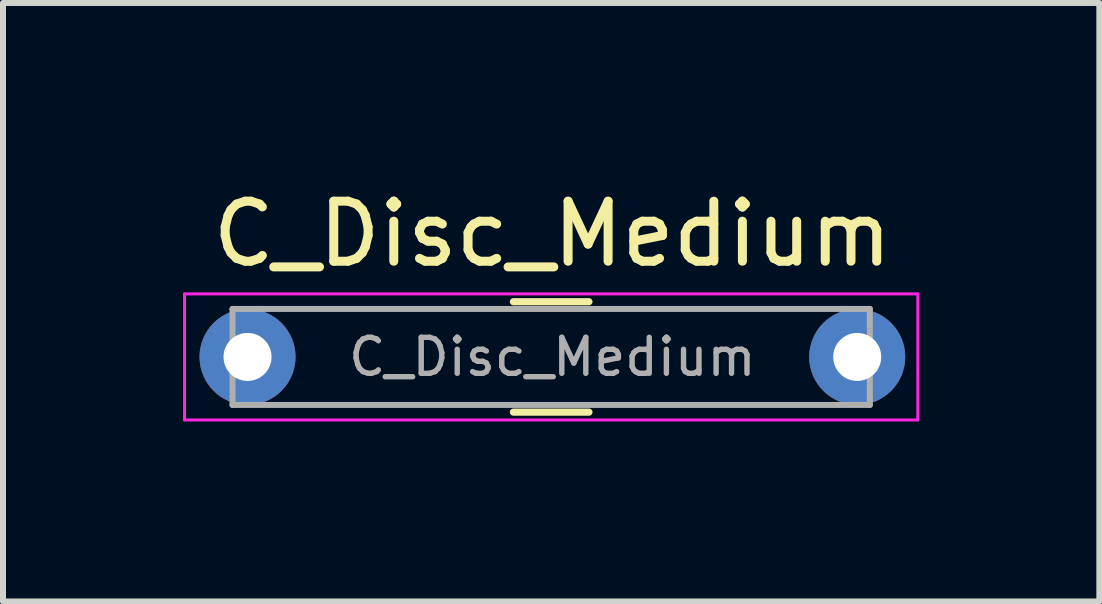
<source format=kicad_pcb>
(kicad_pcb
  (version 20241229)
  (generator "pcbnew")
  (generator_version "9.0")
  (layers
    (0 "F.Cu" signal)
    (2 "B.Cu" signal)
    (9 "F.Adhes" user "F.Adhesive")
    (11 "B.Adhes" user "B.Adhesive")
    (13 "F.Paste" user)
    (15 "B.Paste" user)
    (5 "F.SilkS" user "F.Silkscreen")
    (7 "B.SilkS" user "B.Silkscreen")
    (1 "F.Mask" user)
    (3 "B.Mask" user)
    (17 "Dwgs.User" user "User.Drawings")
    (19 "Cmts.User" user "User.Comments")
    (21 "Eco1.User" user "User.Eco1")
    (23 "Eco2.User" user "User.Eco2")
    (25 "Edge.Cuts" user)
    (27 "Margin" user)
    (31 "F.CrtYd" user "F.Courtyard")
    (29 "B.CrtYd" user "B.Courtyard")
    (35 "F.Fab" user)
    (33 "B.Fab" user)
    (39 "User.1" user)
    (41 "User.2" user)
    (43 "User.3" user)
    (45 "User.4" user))
  (footprint "C_Disc_Medium"
    (layer "F.Cu")
    (at 1.075 2.898)
    (property "Reference" "C_Disc_Medium" (at 5.08 -2.05 0) (layer "F.SilkS") (effects (font (size 1 1) (thickness 0.15))))
    (attr through_hole)
    (fp_line (start 4.431 -0.92) (end 5.689 -0.92) (stroke (width 0.12) (type solid)) (layer "F.SilkS"))
    (fp_line (start 4.431 0.92) (end 5.689 0.92) (stroke (width 0.12) (type solid)) (layer "F.SilkS"))
    (fp_line (start -1.05 -1.05) (end -1.05 1.05) (stroke (width 0.05) (type solid)) (layer "F.CrtYd"))
    (fp_line (start -1.05 1.05) (end 11.17 1.05) (stroke (width 0.05) (type solid)) (layer "F.CrtYd"))
    (fp_line (start 11.17 -1.05) (end -1.05 -1.05) (stroke (width 0.05) (type solid)) (layer "F.CrtYd"))
    (fp_line (start 11.17 1.05) (end 11.17 -1.05) (stroke (width 0.05) (type solid)) (layer "F.CrtYd"))
    (fp_line (start -0.25 -0.8) (end -0.25 0.8) (stroke (width 0.1) (type solid)) (layer "F.Fab"))
    (fp_line (start -0.25 0.8) (end 10.37 0.8) (stroke (width 0.1) (type solid)) (layer "F.Fab"))
    (fp_line (start 10.37 -0.8) (end -0.25 -0.8) (stroke (width 0.1) (type solid)) (layer "F.Fab"))
    (fp_line (start 10.37 0.8) (end 10.37 -0.8) (stroke (width 0.1) (type solid)) (layer "F.Fab"))
    (fp_text user "${REFERENCE}" (at 5.08 0 0) (layer "F.Fab") (effects (font (size 0.6 0.6) (thickness 0.09))))
    (pad "1" thru_hole circle (at 0 0) (size 1.6 1.6) (drill 0.8) (layers "*.Cu" "*.Mask"))
    (pad "2" thru_hole circle (at 10.16 0) (size 1.6 1.6) (drill 0.8) (layers "*.Cu" "*.Mask")))
  (gr_rect
    (start -3 -3)
    (end 15.27 6.973)
    (stroke (width 0.1) (type default))
    (fill no)
    (layer "Edge.Cuts")))
</source>
